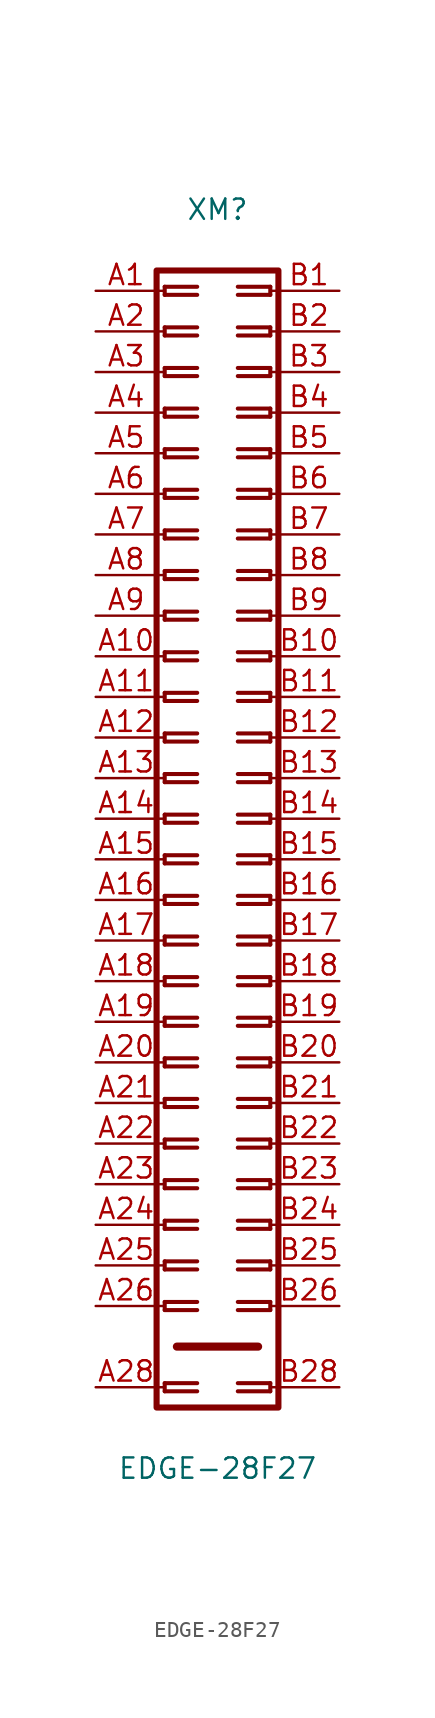
<source format=kicad_sym>
(kicad_symbol_lib
  (version 20231120)
  (generator "kicad_symbol_editor")
  (generator_version "8.0")
  (symbol "EDGE-28F27"
    (pin_names
      (offset 1.016))
    (property "Reference" "XM"
      (at 0 39.37 0)
      (effects (font (size 1.27 1.27))))
    (property "Value" "EDGE-28F27"
      (at 0 -39.37 0)
      (effects (font (size 1.27 1.27))))
    (symbol "EDGE-28F27_0_0"
      (polyline (pts (xy -2.54 -31.75) (xy 2.54 -31.75)) (stroke (width 0.508) (type default)) (fill (type none))))
    (symbol "EDGE-28F27_0_1"
      (rectangle (start -3.81 35.56) (end 3.81 -35.56) (stroke (width 0.381) (type default)) (fill (type none)))
      (polyline (pts (xy -3.81 -34.29) (xy -3.302 -34.29)) (stroke (width 0) (type default)) (fill (type none)))
      (polyline (pts (xy -3.81 -29.21) (xy -3.302 -29.21)) (stroke (width 0) (type default)) (fill (type none)))
      (polyline (pts (xy -3.81 -26.67) (xy -3.302 -26.67)) (stroke (width 0) (type default)) (fill (type none)))
      (polyline (pts (xy -3.81 -24.13) (xy -3.302 -24.13)) (stroke (width 0) (type default)) (fill (type none)))
      (polyline (pts (xy -3.81 -21.59) (xy -3.302 -21.59)) (stroke (width 0) (type default)) (fill (type none)))
      (polyline (pts (xy -3.81 -19.05) (xy -3.302 -19.05)) (stroke (width 0) (type default)) (fill (type none)))
      (polyline (pts (xy -3.81 -16.51) (xy -3.302 -16.51)) (stroke (width 0) (type default)) (fill (type none)))
      (polyline (pts (xy -3.81 -13.97) (xy -3.302 -13.97)) (stroke (width 0) (type default)) (fill (type none)))
      (polyline (pts (xy -3.81 -11.43) (xy -3.302 -11.43)) (stroke (width 0) (type default)) (fill (type none)))
      (polyline (pts (xy -3.81 -8.89) (xy -3.302 -8.89)) (stroke (width 0) (type default)) (fill (type none)))
      (polyline (pts (xy -3.81 -6.35) (xy -3.302 -6.35)) (stroke (width 0) (type default)) (fill (type none)))
      (polyline (pts (xy -3.81 -3.81) (xy -3.302 -3.81)) (stroke (width 0) (type default)) (fill (type none)))
      (polyline (pts (xy -3.81 -1.27) (xy -3.302 -1.27)) (stroke (width 0) (type default)) (fill (type none)))
      (polyline (pts (xy -3.81 1.27) (xy -3.302 1.27)) (stroke (width 0) (type default)) (fill (type none)))
      (polyline (pts (xy -3.81 3.81) (xy -3.302 3.81)) (stroke (width 0) (type default)) (fill (type none)))
      (polyline (pts (xy -3.81 6.35) (xy -3.302 6.35)) (stroke (width 0) (type default)) (fill (type none)))
      (polyline (pts (xy -3.81 8.89) (xy -3.302 8.89)) (stroke (width 0) (type default)) (fill (type none)))
      (polyline (pts (xy -3.81 11.43) (xy -3.302 11.43)) (stroke (width 0) (type default)) (fill (type none)))
      (polyline (pts (xy -3.81 13.97) (xy -3.302 13.97)) (stroke (width 0) (type default)) (fill (type none)))
      (polyline (pts (xy -3.81 16.51) (xy -3.302 16.51)) (stroke (width 0) (type default)) (fill (type none)))
      (polyline (pts (xy -3.81 19.05) (xy -3.302 19.05)) (stroke (width 0) (type default)) (fill (type none)))
      (polyline (pts (xy -3.81 21.59) (xy -3.302 21.59)) (stroke (width 0) (type default)) (fill (type none)))
      (polyline (pts (xy -3.81 24.13) (xy -3.302 24.13)) (stroke (width 0) (type default)) (fill (type none)))
      (polyline (pts (xy -3.81 26.67) (xy -3.302 26.67)) (stroke (width 0) (type default)) (fill (type none)))
      (polyline (pts (xy -3.81 29.21) (xy -3.302 29.21)) (stroke (width 0) (type default)) (fill (type none)))
      (polyline (pts (xy -3.81 31.75) (xy -3.302 31.75)) (stroke (width 0) (type default)) (fill (type none)))
      (polyline (pts (xy -3.81 34.29) (xy -3.302 34.29)) (stroke (width 0) (type default)) (fill (type none)))
      (polyline (pts (xy -3.302 -34.544) (xy -3.302 -34.036)) (stroke (width 0.254) (type default)) (fill (type none)))
      (polyline (pts (xy -3.302 -34.544) (xy -1.27 -34.544)) (stroke (width 0.254) (type default)) (fill (type none)))
      (polyline (pts (xy -3.302 -34.036) (xy -1.27 -34.036)) (stroke (width 0.254) (type default)) (fill (type none)))
      (polyline (pts (xy -3.302 -29.464) (xy -3.302 -28.956)) (stroke (width 0.254) (type default)) (fill (type none)))
      (polyline (pts (xy -3.302 -29.464) (xy -1.27 -29.464)) (stroke (width 0.254) (type default)) (fill (type none)))
      (polyline (pts (xy -3.302 -28.956) (xy -1.27 -28.956)) (stroke (width 0.254) (type default)) (fill (type none)))
      (polyline (pts (xy -3.302 -26.924) (xy -3.302 -26.416)) (stroke (width 0.254) (type default)) (fill (type none)))
      (polyline (pts (xy -3.302 -26.924) (xy -1.27 -26.924)) (stroke (width 0.254) (type default)) (fill (type none)))
      (polyline (pts (xy -3.302 -26.416) (xy -1.27 -26.416)) (stroke (width 0.254) (type default)) (fill (type none)))
      (polyline (pts (xy -3.302 -24.384) (xy -3.302 -23.876)) (stroke (width 0.254) (type default)) (fill (type none)))
      (polyline (pts (xy -3.302 -24.384) (xy -1.27 -24.384)) (stroke (width 0.254) (type default)) (fill (type none)))
      (polyline (pts (xy -3.302 -23.876) (xy -1.27 -23.876)) (stroke (width 0.254) (type default)) (fill (type none)))
      (polyline (pts (xy -3.302 -21.844) (xy -3.302 -21.336)) (stroke (width 0.254) (type default)) (fill (type none)))
      (polyline (pts (xy -3.302 -21.844) (xy -1.27 -21.844)) (stroke (width 0.254) (type default)) (fill (type none)))
      (polyline (pts (xy -3.302 -21.336) (xy -1.27 -21.336)) (stroke (width 0.254) (type default)) (fill (type none)))
      (polyline (pts (xy -3.302 -19.304) (xy -3.302 -18.796)) (stroke (width 0.254) (type default)) (fill (type none)))
      (polyline (pts (xy -3.302 -19.304) (xy -1.27 -19.304)) (stroke (width 0.254) (type default)) (fill (type none)))
      (polyline (pts (xy -3.302 -18.796) (xy -1.27 -18.796)) (stroke (width 0.254) (type default)) (fill (type none)))
      (polyline (pts (xy -3.302 -16.764) (xy -3.302 -16.256)) (stroke (width 0.254) (type default)) (fill (type none)))
      (polyline (pts (xy -3.302 -16.764) (xy -1.27 -16.764)) (stroke (width 0.254) (type default)) (fill (type none)))
      (polyline (pts (xy -3.302 -16.256) (xy -1.27 -16.256)) (stroke (width 0.254) (type default)) (fill (type none)))
      (polyline (pts (xy -3.302 -14.224) (xy -3.302 -13.716)) (stroke (width 0.254) (type default)) (fill (type none)))
      (polyline (pts (xy -3.302 -14.224) (xy -1.27 -14.224)) (stroke (width 0.254) (type default)) (fill (type none)))
      (polyline (pts (xy -3.302 -13.716) (xy -1.27 -13.716)) (stroke (width 0.254) (type default)) (fill (type none)))
      (polyline (pts (xy -3.302 -11.684) (xy -3.302 -11.176)) (stroke (width 0.254) (type default)) (fill (type none)))
      (polyline (pts (xy -3.302 -11.684) (xy -1.27 -11.684)) (stroke (width 0.254) (type default)) (fill (type none)))
      (polyline (pts (xy -3.302 -11.176) (xy -1.27 -11.176)) (stroke (width 0.254) (type default)) (fill (type none)))
      (polyline (pts (xy -3.302 -9.144) (xy -3.302 -8.636)) (stroke (width 0.254) (type default)) (fill (type none)))
      (polyline (pts (xy -3.302 -9.144) (xy -1.27 -9.144)) (stroke (width 0.254) (type default)) (fill (type none)))
      (polyline (pts (xy -3.302 -8.636) (xy -1.27 -8.636)) (stroke (width 0.254) (type default)) (fill (type none)))
      (polyline (pts (xy -3.302 -6.604) (xy -3.302 -6.096)) (stroke (width 0.254) (type default)) (fill (type none)))
      (polyline (pts (xy -3.302 -6.604) (xy -1.27 -6.604)) (stroke (width 0.254) (type default)) (fill (type none)))
      (polyline (pts (xy -3.302 -6.096) (xy -1.27 -6.096)) (stroke (width 0.254) (type default)) (fill (type none)))
      (polyline (pts (xy -3.302 -4.064) (xy -3.302 -3.556)) (stroke (width 0.254) (type default)) (fill (type none)))
      (polyline (pts (xy -3.302 -4.064) (xy -1.27 -4.064)) (stroke (width 0.254) (type default)) (fill (type none)))
      (polyline (pts (xy -3.302 -3.556) (xy -1.27 -3.556)) (stroke (width 0.254) (type default)) (fill (type none)))
      (polyline (pts (xy -3.302 -1.524) (xy -3.302 -1.016)) (stroke (width 0.254) (type default)) (fill (type none)))
      (polyline (pts (xy -3.302 -1.524) (xy -1.27 -1.524)) (stroke (width 0.254) (type default)) (fill (type none)))
      (polyline (pts (xy -3.302 -1.016) (xy -1.27 -1.016)) (stroke (width 0.254) (type default)) (fill (type none)))
      (polyline (pts (xy -3.302 1.016) (xy -3.302 1.524)) (stroke (width 0.254) (type default)) (fill (type none)))
      (polyline (pts (xy -3.302 1.016) (xy -1.27 1.016)) (stroke (width 0.254) (type default)) (fill (type none)))
      (polyline (pts (xy -3.302 1.524) (xy -1.27 1.524)) (stroke (width 0.254) (type default)) (fill (type none)))
      (polyline (pts (xy -3.302 3.556) (xy -3.302 4.064)) (stroke (width 0.254) (type default)) (fill (type none)))
      (polyline (pts (xy -3.302 3.556) (xy -1.27 3.556)) (stroke (width 0.254) (type default)) (fill (type none)))
      (polyline (pts (xy -3.302 4.064) (xy -1.27 4.064)) (stroke (width 0.254) (type default)) (fill (type none)))
      (polyline (pts (xy -3.302 6.096) (xy -3.302 6.604)) (stroke (width 0.254) (type default)) (fill (type none)))
      (polyline (pts (xy -3.302 6.096) (xy -1.27 6.096)) (stroke (width 0.254) (type default)) (fill (type none)))
      (polyline (pts (xy -3.302 6.604) (xy -1.27 6.604)) (stroke (width 0.254) (type default)) (fill (type none)))
      (polyline (pts (xy -3.302 8.636) (xy -3.302 9.144)) (stroke (width 0.254) (type default)) (fill (type none)))
      (polyline (pts (xy -3.302 8.636) (xy -1.27 8.636)) (stroke (width 0.254) (type default)) (fill (type none)))
      (polyline (pts (xy -3.302 9.144) (xy -1.27 9.144)) (stroke (width 0.254) (type default)) (fill (type none)))
      (polyline (pts (xy -3.302 11.176) (xy -3.302 11.684)) (stroke (width 0.254) (type default)) (fill (type none)))
      (polyline (pts (xy -3.302 11.176) (xy -1.27 11.176)) (stroke (width 0.254) (type default)) (fill (type none)))
      (polyline (pts (xy -3.302 11.684) (xy -1.27 11.684)) (stroke (width 0.254) (type default)) (fill (type none)))
      (polyline (pts (xy -3.302 13.716) (xy -3.302 14.224)) (stroke (width 0.254) (type default)) (fill (type none)))
      (polyline (pts (xy -3.302 13.716) (xy -1.27 13.716)) (stroke (width 0.254) (type default)) (fill (type none)))
      (polyline (pts (xy -3.302 14.224) (xy -1.27 14.224)) (stroke (width 0.254) (type default)) (fill (type none)))
      (polyline (pts (xy -3.302 16.256) (xy -3.302 16.764)) (stroke (width 0.254) (type default)) (fill (type none)))
      (polyline (pts (xy -3.302 16.256) (xy -1.27 16.256)) (stroke (width 0.254) (type default)) (fill (type none)))
      (polyline (pts (xy -3.302 16.764) (xy -1.27 16.764)) (stroke (width 0.254) (type default)) (fill (type none)))
      (polyline (pts (xy -3.302 18.796) (xy -3.302 19.304)) (stroke (width 0.254) (type default)) (fill (type none)))
      (polyline (pts (xy -3.302 18.796) (xy -1.27 18.796)) (stroke (width 0.254) (type default)) (fill (type none)))
      (polyline (pts (xy -3.302 19.304) (xy -1.27 19.304)) (stroke (width 0.254) (type default)) (fill (type none)))
      (polyline (pts (xy -3.302 21.336) (xy -3.302 21.844)) (stroke (width 0.254) (type default)) (fill (type none)))
      (polyline (pts (xy -3.302 21.336) (xy -1.27 21.336)) (stroke (width 0.254) (type default)) (fill (type none)))
      (polyline (pts (xy -3.302 21.844) (xy -1.27 21.844)) (stroke (width 0.254) (type default)) (fill (type none)))
      (polyline (pts (xy -3.302 23.876) (xy -3.302 24.384)) (stroke (width 0.254) (type default)) (fill (type none)))
      (polyline (pts (xy -3.302 23.876) (xy -1.27 23.876)) (stroke (width 0.254) (type default)) (fill (type none)))
      (polyline (pts (xy -3.302 24.384) (xy -1.27 24.384)) (stroke (width 0.254) (type default)) (fill (type none)))
      (polyline (pts (xy -3.302 26.416) (xy -3.302 26.924)) (stroke (width 0.254) (type default)) (fill (type none)))
      (polyline (pts (xy -3.302 26.416) (xy -1.27 26.416)) (stroke (width 0.254) (type default)) (fill (type none)))
      (polyline (pts (xy -3.302 26.924) (xy -1.27 26.924)) (stroke (width 0.254) (type default)) (fill (type none)))
      (polyline (pts (xy -3.302 28.956) (xy -3.302 29.464)) (stroke (width 0.254) (type default)) (fill (type none)))
      (polyline (pts (xy -3.302 28.956) (xy -1.27 28.956)) (stroke (width 0.254) (type default)) (fill (type none)))
      (polyline (pts (xy -3.302 29.464) (xy -1.27 29.464)) (stroke (width 0.254) (type default)) (fill (type none)))
      (polyline (pts (xy -3.302 31.496) (xy -3.302 32.004)) (stroke (width 0.254) (type default)) (fill (type none)))
      (polyline (pts (xy -3.302 31.496) (xy -1.27 31.496)) (stroke (width 0.254) (type default)) (fill (type none)))
      (polyline (pts (xy -3.302 32.004) (xy -1.27 32.004)) (stroke (width 0.254) (type default)) (fill (type none)))
      (polyline (pts (xy -3.302 34.036) (xy -3.302 34.544)) (stroke (width 0.254) (type default)) (fill (type none)))
      (polyline (pts (xy -3.302 34.036) (xy -1.27 34.036)) (stroke (width 0.254) (type default)) (fill (type none)))
      (polyline (pts (xy -3.302 34.544) (xy -1.27 34.544)) (stroke (width 0.254) (type default)) (fill (type none)))
      (polyline (pts (xy 3.302 -34.544) (xy 1.27 -34.544)) (stroke (width 0.254) (type default)) (fill (type none)))
      (polyline (pts (xy 3.302 -34.544) (xy 3.302 -34.036)) (stroke (width 0.254) (type default)) (fill (type none)))
      (polyline (pts (xy 3.302 -34.036) (xy 1.27 -34.036)) (stroke (width 0.254) (type default)) (fill (type none)))
      (polyline (pts (xy 3.302 -29.464) (xy 1.27 -29.464)) (stroke (width 0.254) (type default)) (fill (type none)))
      (polyline (pts (xy 3.302 -29.464) (xy 3.302 -28.956)) (stroke (width 0.254) (type default)) (fill (type none)))
      (polyline (pts (xy 3.302 -28.956) (xy 1.27 -28.956)) (stroke (width 0.254) (type default)) (fill (type none)))
      (polyline (pts (xy 3.302 -26.924) (xy 1.27 -26.924)) (stroke (width 0.254) (type default)) (fill (type none)))
      (polyline (pts (xy 3.302 -26.924) (xy 3.302 -26.416)) (stroke (width 0.254) (type default)) (fill (type none)))
      (polyline (pts (xy 3.302 -26.416) (xy 1.27 -26.416)) (stroke (width 0.254) (type default)) (fill (type none)))
      (polyline (pts (xy 3.302 -24.384) (xy 1.27 -24.384)) (stroke (width 0.254) (type default)) (fill (type none)))
      (polyline (pts (xy 3.302 -24.384) (xy 3.302 -23.876)) (stroke (width 0.254) (type default)) (fill (type none)))
      (polyline (pts (xy 3.302 -23.876) (xy 1.27 -23.876)) (stroke (width 0.254) (type default)) (fill (type none)))
      (polyline (pts (xy 3.302 -21.844) (xy 1.27 -21.844)) (stroke (width 0.254) (type default)) (fill (type none)))
      (polyline (pts (xy 3.302 -21.844) (xy 3.302 -21.336)) (stroke (width 0.254) (type default)) (fill (type none)))
      (polyline (pts (xy 3.302 -21.336) (xy 1.27 -21.336)) (stroke (width 0.254) (type default)) (fill (type none)))
      (polyline (pts (xy 3.302 -19.304) (xy 1.27 -19.304)) (stroke (width 0.254) (type default)) (fill (type none)))
      (polyline (pts (xy 3.302 -19.304) (xy 3.302 -18.796)) (stroke (width 0.254) (type default)) (fill (type none)))
      (polyline (pts (xy 3.302 -18.796) (xy 1.27 -18.796)) (stroke (width 0.254) (type default)) (fill (type none)))
      (polyline (pts (xy 3.302 -16.764) (xy 1.27 -16.764)) (stroke (width 0.254) (type default)) (fill (type none)))
      (polyline (pts (xy 3.302 -16.764) (xy 3.302 -16.256)) (stroke (width 0.254) (type default)) (fill (type none)))
      (polyline (pts (xy 3.302 -16.256) (xy 1.27 -16.256)) (stroke (width 0.254) (type default)) (fill (type none)))
      (polyline (pts (xy 3.302 -14.224) (xy 1.27 -14.224)) (stroke (width 0.254) (type default)) (fill (type none)))
      (polyline (pts (xy 3.302 -14.224) (xy 3.302 -13.716)) (stroke (width 0.254) (type default)) (fill (type none)))
      (polyline (pts (xy 3.302 -13.716) (xy 1.27 -13.716)) (stroke (width 0.254) (type default)) (fill (type none)))
      (polyline (pts (xy 3.302 -11.684) (xy 1.27 -11.684)) (stroke (width 0.254) (type default)) (fill (type none)))
      (polyline (pts (xy 3.302 -11.684) (xy 3.302 -11.176)) (stroke (width 0.254) (type default)) (fill (type none)))
      (polyline (pts (xy 3.302 -11.176) (xy 1.27 -11.176)) (stroke (width 0.254) (type default)) (fill (type none)))
      (polyline (pts (xy 3.302 -9.144) (xy 1.27 -9.144)) (stroke (width 0.254) (type default)) (fill (type none)))
      (polyline (pts (xy 3.302 -9.144) (xy 3.302 -8.636)) (stroke (width 0.254) (type default)) (fill (type none)))
      (polyline (pts (xy 3.302 -8.636) (xy 1.27 -8.636)) (stroke (width 0.254) (type default)) (fill (type none)))
      (polyline (pts (xy 3.302 -6.604) (xy 1.27 -6.604)) (stroke (width 0.254) (type default)) (fill (type none)))
      (polyline (pts (xy 3.302 -6.604) (xy 3.302 -6.096)) (stroke (width 0.254) (type default)) (fill (type none)))
      (polyline (pts (xy 3.302 -6.096) (xy 1.27 -6.096)) (stroke (width 0.254) (type default)) (fill (type none)))
      (polyline (pts (xy 3.302 -4.064) (xy 1.27 -4.064)) (stroke (width 0.254) (type default)) (fill (type none)))
      (polyline (pts (xy 3.302 -4.064) (xy 3.302 -3.556)) (stroke (width 0.254) (type default)) (fill (type none)))
      (polyline (pts (xy 3.302 -3.556) (xy 1.27 -3.556)) (stroke (width 0.254) (type default)) (fill (type none)))
      (polyline (pts (xy 3.302 -1.524) (xy 1.27 -1.524)) (stroke (width 0.254) (type default)) (fill (type none)))
      (polyline (pts (xy 3.302 -1.524) (xy 3.302 -1.016)) (stroke (width 0.254) (type default)) (fill (type none)))
      (polyline (pts (xy 3.302 -1.016) (xy 1.27 -1.016)) (stroke (width 0.254) (type default)) (fill (type none)))
      (polyline (pts (xy 3.302 1.016) (xy 1.27 1.016)) (stroke (width 0.254) (type default)) (fill (type none)))
      (polyline (pts (xy 3.302 1.016) (xy 3.302 1.524)) (stroke (width 0.254) (type default)) (fill (type none)))
      (polyline (pts (xy 3.302 1.524) (xy 1.27 1.524)) (stroke (width 0.254) (type default)) (fill (type none)))
      (polyline (pts (xy 3.302 3.556) (xy 1.27 3.556)) (stroke (width 0.254) (type default)) (fill (type none)))
      (polyline (pts (xy 3.302 3.556) (xy 3.302 4.064)) (stroke (width 0.254) (type default)) (fill (type none)))
      (polyline (pts (xy 3.302 4.064) (xy 1.27 4.064)) (stroke (width 0.254) (type default)) (fill (type none)))
      (polyline (pts (xy 3.302 6.096) (xy 1.27 6.096)) (stroke (width 0.254) (type default)) (fill (type none)))
      (polyline (pts (xy 3.302 6.096) (xy 3.302 6.604)) (stroke (width 0.254) (type default)) (fill (type none)))
      (polyline (pts (xy 3.302 6.604) (xy 1.27 6.604)) (stroke (width 0.254) (type default)) (fill (type none)))
      (polyline (pts (xy 3.302 8.636) (xy 1.27 8.636)) (stroke (width 0.254) (type default)) (fill (type none)))
      (polyline (pts (xy 3.302 8.636) (xy 3.302 9.144)) (stroke (width 0.254) (type default)) (fill (type none)))
      (polyline (pts (xy 3.302 9.144) (xy 1.27 9.144)) (stroke (width 0.254) (type default)) (fill (type none)))
      (polyline (pts (xy 3.302 11.176) (xy 1.27 11.176)) (stroke (width 0.254) (type default)) (fill (type none)))
      (polyline (pts (xy 3.302 11.176) (xy 3.302 11.684)) (stroke (width 0.254) (type default)) (fill (type none)))
      (polyline (pts (xy 3.302 11.684) (xy 1.27 11.684)) (stroke (width 0.254) (type default)) (fill (type none)))
      (polyline (pts (xy 3.302 13.716) (xy 1.27 13.716)) (stroke (width 0.254) (type default)) (fill (type none)))
      (polyline (pts (xy 3.302 13.716) (xy 3.302 14.224)) (stroke (width 0.254) (type default)) (fill (type none)))
      (polyline (pts (xy 3.302 14.224) (xy 1.27 14.224)) (stroke (width 0.254) (type default)) (fill (type none)))
      (polyline (pts (xy 3.302 16.256) (xy 1.27 16.256)) (stroke (width 0.254) (type default)) (fill (type none)))
      (polyline (pts (xy 3.302 16.256) (xy 3.302 16.764)) (stroke (width 0.254) (type default)) (fill (type none)))
      (polyline (pts (xy 3.302 16.764) (xy 1.27 16.764)) (stroke (width 0.254) (type default)) (fill (type none)))
      (polyline (pts (xy 3.302 18.796) (xy 1.27 18.796)) (stroke (width 0.254) (type default)) (fill (type none)))
      (polyline (pts (xy 3.302 18.796) (xy 3.302 19.304)) (stroke (width 0.254) (type default)) (fill (type none)))
      (polyline (pts (xy 3.302 19.304) (xy 1.27 19.304)) (stroke (width 0.254) (type default)) (fill (type none)))
      (polyline (pts (xy 3.302 21.336) (xy 1.27 21.336)) (stroke (width 0.254) (type default)) (fill (type none)))
      (polyline (pts (xy 3.302 21.336) (xy 3.302 21.844)) (stroke (width 0.254) (type default)) (fill (type none)))
      (polyline (pts (xy 3.302 21.844) (xy 1.27 21.844)) (stroke (width 0.254) (type default)) (fill (type none)))
      (polyline (pts (xy 3.302 23.876) (xy 1.27 23.876)) (stroke (width 0.254) (type default)) (fill (type none)))
      (polyline (pts (xy 3.302 23.876) (xy 3.302 24.384)) (stroke (width 0.254) (type default)) (fill (type none)))
      (polyline (pts (xy 3.302 24.384) (xy 1.27 24.384)) (stroke (width 0.254) (type default)) (fill (type none)))
      (polyline (pts (xy 3.302 26.416) (xy 1.27 26.416)) (stroke (width 0.254) (type default)) (fill (type none)))
      (polyline (pts (xy 3.302 26.416) (xy 3.302 26.924)) (stroke (width 0.254) (type default)) (fill (type none)))
      (polyline (pts (xy 3.302 26.924) (xy 1.27 26.924)) (stroke (width 0.254) (type default)) (fill (type none)))
      (polyline (pts (xy 3.302 28.956) (xy 1.27 28.956)) (stroke (width 0.254) (type default)) (fill (type none)))
      (polyline (pts (xy 3.302 28.956) (xy 3.302 29.464)) (stroke (width 0.254) (type default)) (fill (type none)))
      (polyline (pts (xy 3.302 29.464) (xy 1.27 29.464)) (stroke (width 0.254) (type default)) (fill (type none)))
      (polyline (pts (xy 3.302 31.496) (xy 1.27 31.496)) (stroke (width 0.254) (type default)) (fill (type none)))
      (polyline (pts (xy 3.302 31.496) (xy 3.302 32.004)) (stroke (width 0.254) (type default)) (fill (type none)))
      (polyline (pts (xy 3.302 32.004) (xy 1.27 32.004)) (stroke (width 0.254) (type default)) (fill (type none)))
      (polyline (pts (xy 3.302 34.036) (xy 1.27 34.036)) (stroke (width 0.254) (type default)) (fill (type none)))
      (polyline (pts (xy 3.302 34.036) (xy 3.302 34.544)) (stroke (width 0.254) (type default)) (fill (type none)))
      (polyline (pts (xy 3.302 34.544) (xy 1.27 34.544)) (stroke (width 0.254) (type default)) (fill (type none)))
      (polyline (pts (xy 3.81 -34.29) (xy 3.302 -34.29)) (stroke (width 0) (type default)) (fill (type none)))
      (polyline (pts (xy 3.81 -29.21) (xy 3.302 -29.21)) (stroke (width 0) (type default)) (fill (type none)))
      (polyline (pts (xy 3.81 -26.67) (xy 3.302 -26.67)) (stroke (width 0) (type default)) (fill (type none)))
      (polyline (pts (xy 3.81 -24.13) (xy 3.302 -24.13)) (stroke (width 0) (type default)) (fill (type none)))
      (polyline (pts (xy 3.81 -21.59) (xy 3.302 -21.59)) (stroke (width 0) (type default)) (fill (type none)))
      (polyline (pts (xy 3.81 -19.05) (xy 3.302 -19.05)) (stroke (width 0) (type default)) (fill (type none)))
      (polyline (pts (xy 3.81 -16.51) (xy 3.302 -16.51)) (stroke (width 0) (type default)) (fill (type none)))
      (polyline (pts (xy 3.81 -13.97) (xy 3.302 -13.97)) (stroke (width 0) (type default)) (fill (type none)))
      (polyline (pts (xy 3.81 -11.43) (xy 3.302 -11.43)) (stroke (width 0) (type default)) (fill (type none)))
      (polyline (pts (xy 3.81 -8.89) (xy 3.302 -8.89)) (stroke (width 0) (type default)) (fill (type none)))
      (polyline (pts (xy 3.81 -6.35) (xy 3.302 -6.35)) (stroke (width 0) (type default)) (fill (type none)))
      (polyline (pts (xy 3.81 -3.81) (xy 3.302 -3.81)) (stroke (width 0) (type default)) (fill (type none)))
      (polyline (pts (xy 3.81 -1.27) (xy 3.302 -1.27)) (stroke (width 0) (type default)) (fill (type none)))
      (polyline (pts (xy 3.81 1.27) (xy 3.302 1.27)) (stroke (width 0) (type default)) (fill (type none)))
      (polyline (pts (xy 3.81 3.81) (xy 3.302 3.81)) (stroke (width 0) (type default)) (fill (type none)))
      (polyline (pts (xy 3.81 6.35) (xy 3.302 6.35)) (stroke (width 0) (type default)) (fill (type none)))
      (polyline (pts (xy 3.81 8.89) (xy 3.302 8.89)) (stroke (width 0) (type default)) (fill (type none)))
      (polyline (pts (xy 3.81 11.43) (xy 3.302 11.43)) (stroke (width 0) (type default)) (fill (type none)))
      (polyline (pts (xy 3.81 13.97) (xy 3.302 13.97)) (stroke (width 0) (type default)) (fill (type none)))
      (polyline (pts (xy 3.81 16.51) (xy 3.302 16.51)) (stroke (width 0) (type default)) (fill (type none)))
      (polyline (pts (xy 3.81 19.05) (xy 3.302 19.05)) (stroke (width 0) (type default)) (fill (type none)))
      (polyline (pts (xy 3.81 21.59) (xy 3.302 21.59)) (stroke (width 0) (type default)) (fill (type none)))
      (polyline (pts (xy 3.81 24.13) (xy 3.302 24.13)) (stroke (width 0) (type default)) (fill (type none)))
      (polyline (pts (xy 3.81 26.67) (xy 3.302 26.67)) (stroke (width 0) (type default)) (fill (type none)))
      (polyline (pts (xy 3.81 29.21) (xy 3.302 29.21)) (stroke (width 0) (type default)) (fill (type none)))
      (polyline (pts (xy 3.81 31.75) (xy 3.302 31.75)) (stroke (width 0) (type default)) (fill (type none)))
      (polyline (pts (xy 3.81 34.29) (xy 3.302 34.29)) (stroke (width 0) (type default)) (fill (type none))))
    (symbol "EDGE-28F27_1_1"
      (pin passive line (at -7.62 34.29 0) (length 3.81) (name "~" (effects (font (size 1.27 1.27)))) (number "A1" (effects (font (size 1.27 1.27)))))
      (pin passive line (at -7.62 11.43 0) (length 3.81) (name "~" (effects (font (size 1.27 1.27)))) (number "A10" (effects (font (size 1.27 1.27)))))
      (pin passive line (at -7.62 8.89 0) (length 3.81) (name "~" (effects (font (size 1.27 1.27)))) (number "A11" (effects (font (size 1.27 1.27)))))
      (pin passive line (at -7.62 6.35 0) (length 3.81) (name "~" (effects (font (size 1.27 1.27)))) (number "A12" (effects (font (size 1.27 1.27)))))
      (pin passive line (at -7.62 3.81 0) (length 3.81) (name "~" (effects (font (size 1.27 1.27)))) (number "A13" (effects (font (size 1.27 1.27)))))
      (pin passive line (at -7.62 1.27 0) (length 3.81) (name "~" (effects (font (size 1.27 1.27)))) (number "A14" (effects (font (size 1.27 1.27)))))
      (pin passive line (at -7.62 -1.27 0) (length 3.81) (name "~" (effects (font (size 1.27 1.27)))) (number "A15" (effects (font (size 1.27 1.27)))))
      (pin passive line (at -7.62 -3.81 0) (length 3.81) (name "~" (effects (font (size 1.27 1.27)))) (number "A16" (effects (font (size 1.27 1.27)))))
      (pin passive line (at -7.62 -6.35 0) (length 3.81) (name "~" (effects (font (size 1.27 1.27)))) (number "A17" (effects (font (size 1.27 1.27)))))
      (pin passive line (at -7.62 -8.89 0) (length 3.81) (name "~" (effects (font (size 1.27 1.27)))) (number "A18" (effects (font (size 1.27 1.27)))))
      (pin passive line (at -7.62 -11.43 0) (length 3.81) (name "~" (effects (font (size 1.27 1.27)))) (number "A19" (effects (font (size 1.27 1.27)))))
      (pin passive line (at -7.62 31.75 0) (length 3.81) (name "~" (effects (font (size 1.27 1.27)))) (number "A2" (effects (font (size 1.27 1.27)))))
      (pin passive line (at -7.62 -13.97 0) (length 3.81) (name "~" (effects (font (size 1.27 1.27)))) (number "A20" (effects (font (size 1.27 1.27)))))
      (pin passive line (at -7.62 -16.51 0) (length 3.81) (name "~" (effects (font (size 1.27 1.27)))) (number "A21" (effects (font (size 1.27 1.27)))))
      (pin passive line (at -7.62 -19.05 0) (length 3.81) (name "~" (effects (font (size 1.27 1.27)))) (number "A22" (effects (font (size 1.27 1.27)))))
      (pin passive line (at -7.62 -21.59 0) (length 3.81) (name "~" (effects (font (size 1.27 1.27)))) (number "A23" (effects (font (size 1.27 1.27)))))
      (pin passive line (at -7.62 -24.13 0) (length 3.81) (name "~" (effects (font (size 1.27 1.27)))) (number "A24" (effects (font (size 1.27 1.27)))))
      (pin passive line (at -7.62 -26.67 0) (length 3.81) (name "~" (effects (font (size 1.27 1.27)))) (number "A25" (effects (font (size 1.27 1.27)))))
      (pin passive line (at -7.62 -29.21 0) (length 3.81) (name "~" (effects (font (size 1.27 1.27)))) (number "A26" (effects (font (size 1.27 1.27)))))
      (pin passive line (at -7.62 -34.29 0) (length 3.81) (name "~" (effects (font (size 1.27 1.27)))) (number "A28" (effects (font (size 1.27 1.27)))))
      (pin passive line (at -7.62 29.21 0) (length 3.81) (name "~" (effects (font (size 1.27 1.27)))) (number "A3" (effects (font (size 1.27 1.27)))))
      (pin passive line (at -7.62 26.67 0) (length 3.81) (name "~" (effects (font (size 1.27 1.27)))) (number "A4" (effects (font (size 1.27 1.27)))))
      (pin passive line (at -7.62 24.13 0) (length 3.81) (name "~" (effects (font (size 1.27 1.27)))) (number "A5" (effects (font (size 1.27 1.27)))))
      (pin passive line (at -7.62 21.59 0) (length 3.81) (name "~" (effects (font (size 1.27 1.27)))) (number "A6" (effects (font (size 1.27 1.27)))))
      (pin passive line (at -7.62 19.05 0) (length 3.81) (name "~" (effects (font (size 1.27 1.27)))) (number "A7" (effects (font (size 1.27 1.27)))))
      (pin passive line (at -7.62 16.51 0) (length 3.81) (name "~" (effects (font (size 1.27 1.27)))) (number "A8" (effects (font (size 1.27 1.27)))))
      (pin passive line (at -7.62 13.97 0) (length 3.81) (name "~" (effects (font (size 1.27 1.27)))) (number "A9" (effects (font (size 1.27 1.27)))))
      (pin passive line (at 7.62 34.29 180) (length 3.81) (name "~" (effects (font (size 1.27 1.27)))) (number "B1" (effects (font (size 1.27 1.27)))))
      (pin passive line (at 7.62 11.43 180) (length 3.81) (name "~" (effects (font (size 1.27 1.27)))) (number "B10" (effects (font (size 1.27 1.27)))))
      (pin passive line (at 7.62 8.89 180) (length 3.81) (name "~" (effects (font (size 1.27 1.27)))) (number "B11" (effects (font (size 1.27 1.27)))))
      (pin passive line (at 7.62 6.35 180) (length 3.81) (name "~" (effects (font (size 1.27 1.27)))) (number "B12" (effects (font (size 1.27 1.27)))))
      (pin passive line (at 7.62 3.81 180) (length 3.81) (name "~" (effects (font (size 1.27 1.27)))) (number "B13" (effects (font (size 1.27 1.27)))))
      (pin passive line (at 7.62 1.27 180) (length 3.81) (name "~" (effects (font (size 1.27 1.27)))) (number "B14" (effects (font (size 1.27 1.27)))))
      (pin passive line (at 7.62 -1.27 180) (length 3.81) (name "~" (effects (font (size 1.27 1.27)))) (number "B15" (effects (font (size 1.27 1.27)))))
      (pin passive line (at 7.62 -3.81 180) (length 3.81) (name "~" (effects (font (size 1.27 1.27)))) (number "B16" (effects (font (size 1.27 1.27)))))
      (pin passive line (at 7.62 -6.35 180) (length 3.81) (name "~" (effects (font (size 1.27 1.27)))) (number "B17" (effects (font (size 1.27 1.27)))))
      (pin passive line (at 7.62 -8.89 180) (length 3.81) (name "~" (effects (font (size 1.27 1.27)))) (number "B18" (effects (font (size 1.27 1.27)))))
      (pin passive line (at 7.62 -11.43 180) (length 3.81) (name "~" (effects (font (size 1.27 1.27)))) (number "B19" (effects (font (size 1.27 1.27)))))
      (pin passive line (at 7.62 31.75 180) (length 3.81) (name "~" (effects (font (size 1.27 1.27)))) (number "B2" (effects (font (size 1.27 1.27)))))
      (pin passive line (at 7.62 -13.97 180) (length 3.81) (name "~" (effects (font (size 1.27 1.27)))) (number "B20" (effects (font (size 1.27 1.27)))))
      (pin passive line (at 7.62 -16.51 180) (length 3.81) (name "~" (effects (font (size 1.27 1.27)))) (number "B21" (effects (font (size 1.27 1.27)))))
      (pin passive line (at 7.62 -19.05 180) (length 3.81) (name "~" (effects (font (size 1.27 1.27)))) (number "B22" (effects (font (size 1.27 1.27)))))
      (pin passive line (at 7.62 -21.59 180) (length 3.81) (name "~" (effects (font (size 1.27 1.27)))) (number "B23" (effects (font (size 1.27 1.27)))))
      (pin passive line (at 7.62 -24.13 180) (length 3.81) (name "~" (effects (font (size 1.27 1.27)))) (number "B24" (effects (font (size 1.27 1.27)))))
      (pin passive line (at 7.62 -26.67 180) (length 3.81) (name "~" (effects (font (size 1.27 1.27)))) (number "B25" (effects (font (size 1.27 1.27)))))
      (pin passive line (at 7.62 -29.21 180) (length 3.81) (name "~" (effects (font (size 1.27 1.27)))) (number "B26" (effects (font (size 1.27 1.27)))))
      (pin passive line (at 7.62 -34.29 180) (length 3.81) (name "~" (effects (font (size 1.27 1.27)))) (number "B28" (effects (font (size 1.27 1.27)))))
      (pin passive line (at 7.62 29.21 180) (length 3.81) (name "~" (effects (font (size 1.27 1.27)))) (number "B3" (effects (font (size 1.27 1.27)))))
      (pin passive line (at 7.62 26.67 180) (length 3.81) (name "~" (effects (font (size 1.27 1.27)))) (number "B4" (effects (font (size 1.27 1.27)))))
      (pin passive line (at 7.62 24.13 180) (length 3.81) (name "~" (effects (font (size 1.27 1.27)))) (number "B5" (effects (font (size 1.27 1.27)))))
      (pin passive line (at 7.62 21.59 180) (length 3.81) (name "~" (effects (font (size 1.27 1.27)))) (number "B6" (effects (font (size 1.27 1.27)))))
      (pin passive line (at 7.62 19.05 180) (length 3.81) (name "~" (effects (font (size 1.27 1.27)))) (number "B7" (effects (font (size 1.27 1.27)))))
      (pin passive line (at 7.62 16.51 180) (length 3.81) (name "~" (effects (font (size 1.27 1.27)))) (number "B8" (effects (font (size 1.27 1.27)))))
      (pin passive line (at 7.62 13.97 180) (length 3.81) (name "~" (effects (font (size 1.27 1.27)))) (number "B9" (effects (font (size 1.27 1.27))))))))
</source>
